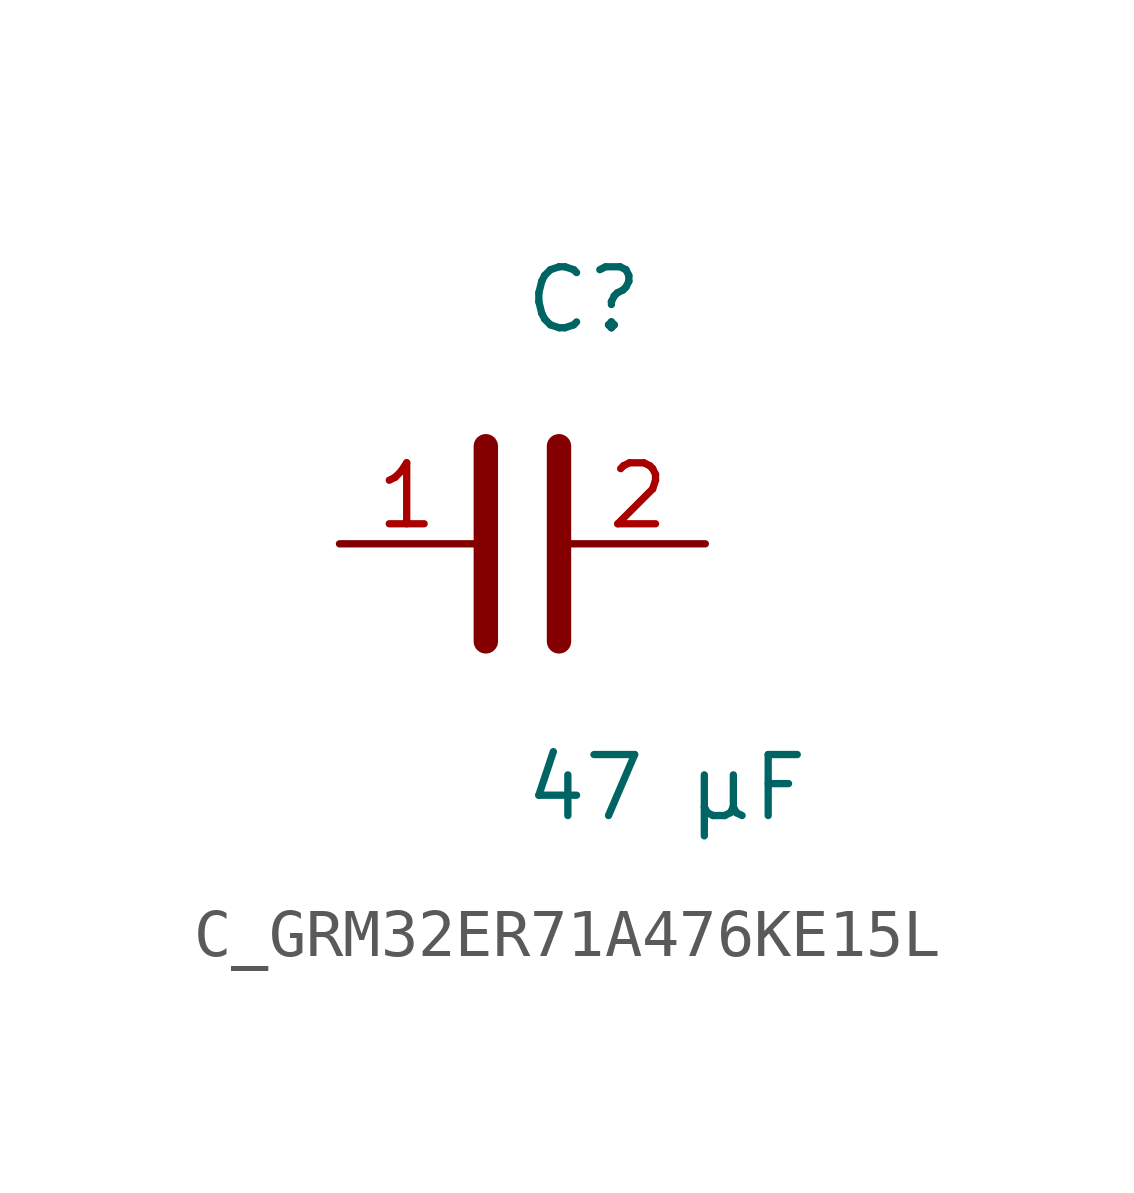
<source format=kicad_sym>
(kicad_symbol_lib
  (version 20231120)
  (generator kicad_symbol_editor)
  (generator_version 8.0)
  (symbol "C_GRM32ER71A476KE15L"
    (pin_names
      (offset 0.254))
    (property "Reference" "C"
      (at 0 5.08 0)
      (effects (font (size 1.27 1.27)) (justify left)))
    (property "Value" "47 µF"
      (at 0 -5.08 0)
      (effects (font (size 1.27 1.27)) (justify left)))
    (symbol "C_GRM32ER71A476KE15L_0_1"
      (polyline (pts (xy -0.762 -2.032) (xy -0.762 2.032)) (stroke (width 0.508) (type default)) (fill (type none)))
      (polyline (pts (xy 0.762 -2.032) (xy 0.762 2.032)) (stroke (width 0.508) (type default)) (fill (type none))))
    (pin passive line
      (at -3.81 0 0)
      (length 2.8)
      (name "" (effects (font (size 1.27 1.27))))
      (number "1" (effects (font (size 1.27 1.27)))))
    (pin passive line
      (at 3.81 0 180)
      (length 2.8)
      (name "" (effects (font (size 1.27 1.27))))
      (number "2" (effects (font (size 1.27 1.27)))))))
</source>
